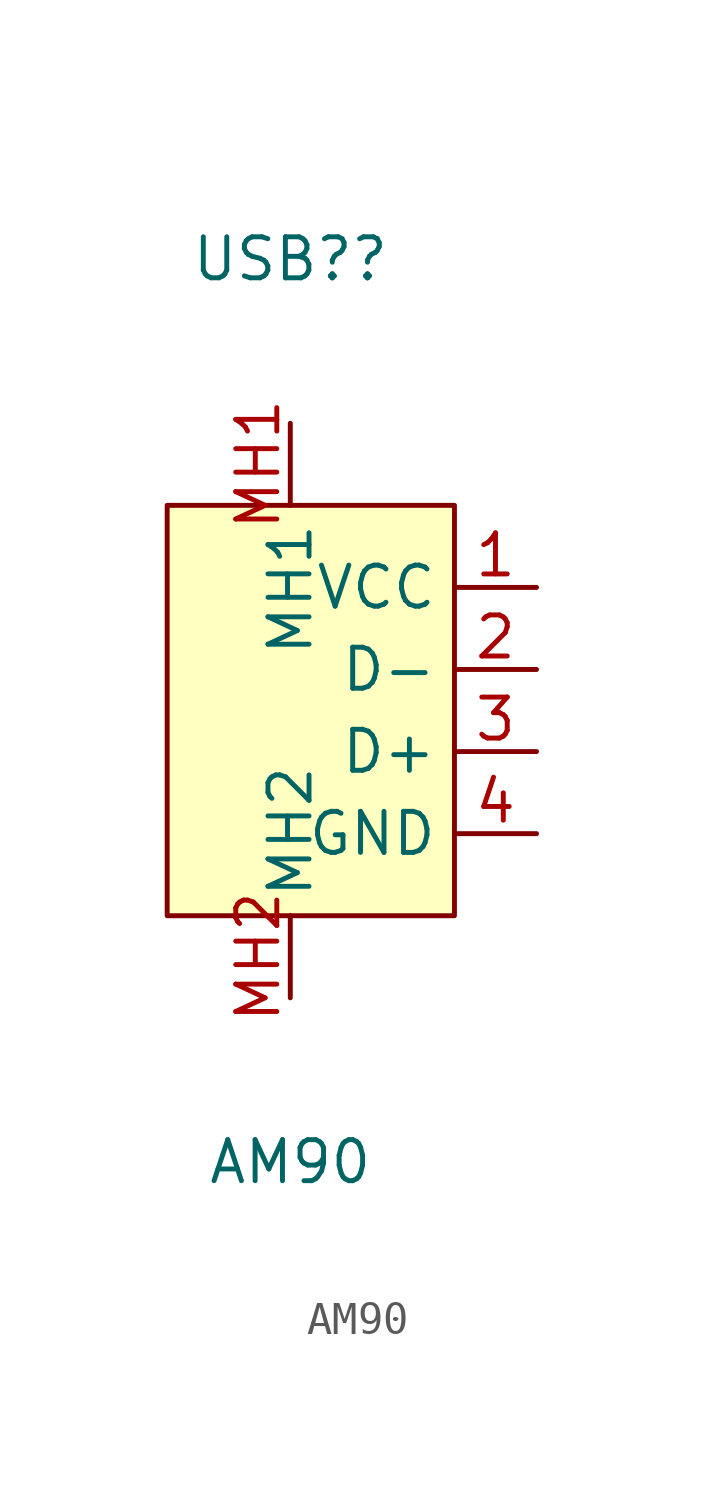
<source format=kicad_sym>
(kicad_symbol_lib
  (version 20211014)
  (generator https://github.com/uPesy/easyeda2kicad.py)
  (symbol "AM90"
    (property "Reference" "USB?"
      (at 0 15.24 0)
      (effects (font (size 1.27 1.27))))
    (property "Value" "AM90"
      (at 0 -12.70 0)
      (effects (font (size 1.27 1.27))))
    (symbol "AM90_0_1"
      (rectangle (start -3.81 7.62) (end 5.08 -5.08) (stroke (width 0) (type default) (color 0 0 0 0)) (fill (type background)))
      (pin unspecified line (at 0.00 -7.62 90) (length 2.54) (name "MH2" (effects (font (size 1.27 1.27)))) (number "MH2" (effects (font (size 1.27 1.27)))))
      (pin unspecified line (at 0.00 10.16 270) (length 2.54) (name "MH1" (effects (font (size 1.27 1.27)))) (number "MH1" (effects (font (size 1.27 1.27)))))
      (pin input line (at 7.62 -2.54 180) (length 2.54) (name "GND" (effects (font (size 1.27 1.27)))) (number "4" (effects (font (size 1.27 1.27)))))
      (pin input line (at 7.62 -0.00 180) (length 2.54) (name "D+" (effects (font (size 1.27 1.27)))) (number "3" (effects (font (size 1.27 1.27)))))
      (pin input line (at 7.62 2.54 180) (length 2.54) (name "D-" (effects (font (size 1.27 1.27)))) (number "2" (effects (font (size 1.27 1.27)))))
      (pin input line (at 7.62 5.08 180) (length 2.54) (name "VCC" (effects (font (size 1.27 1.27)))) (number "1" (effects (font (size 1.27 1.27))))))))
</source>
